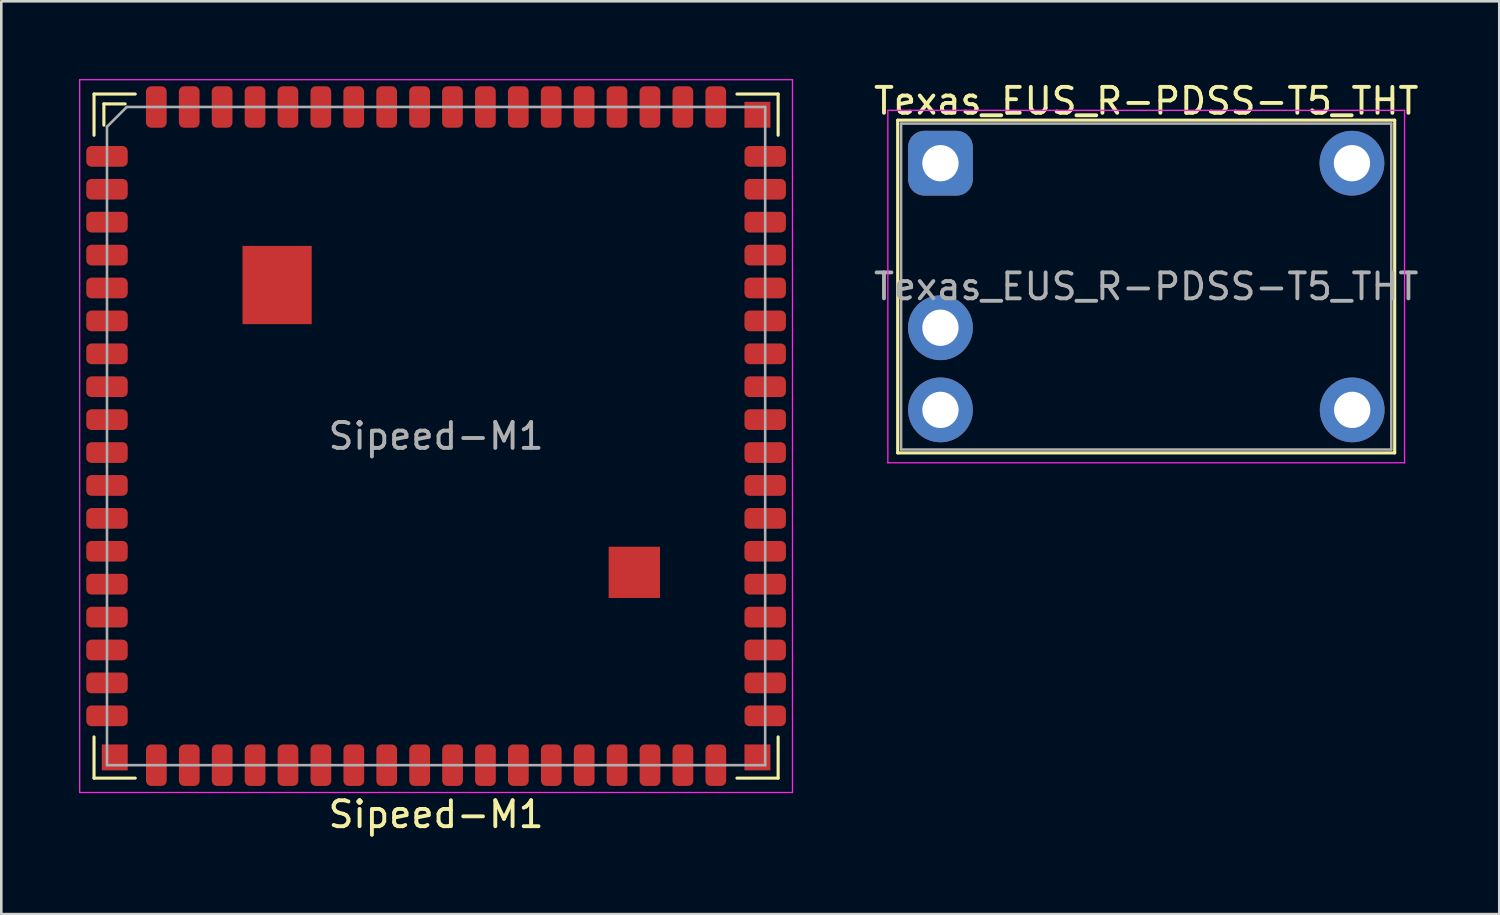
<source format=kicad_pcb>
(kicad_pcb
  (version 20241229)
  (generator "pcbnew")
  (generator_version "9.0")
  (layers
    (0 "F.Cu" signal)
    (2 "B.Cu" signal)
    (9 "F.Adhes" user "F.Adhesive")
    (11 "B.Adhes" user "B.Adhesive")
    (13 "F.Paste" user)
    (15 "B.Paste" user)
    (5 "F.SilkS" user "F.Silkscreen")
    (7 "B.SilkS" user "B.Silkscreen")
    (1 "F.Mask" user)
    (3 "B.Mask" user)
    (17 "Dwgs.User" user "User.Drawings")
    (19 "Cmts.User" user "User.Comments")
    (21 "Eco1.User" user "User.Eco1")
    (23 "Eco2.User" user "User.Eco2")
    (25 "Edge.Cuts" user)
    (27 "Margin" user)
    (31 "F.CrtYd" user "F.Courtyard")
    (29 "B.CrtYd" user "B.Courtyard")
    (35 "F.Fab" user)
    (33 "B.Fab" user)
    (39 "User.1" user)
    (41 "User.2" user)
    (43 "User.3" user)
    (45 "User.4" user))
  (footprint "Texas_EUS_R-PDSS-T5_THT"
    (layer "F.Cu")
    (at 33.243 3.248)
    (property "Reference" "Texas_EUS_R-PDSS-T5_THT" (at 7.94 -2.4 0) (layer "F.SilkS") (effects (font (size 1 1) (thickness 0.15))))
    (attr through_hole)
    (fp_line (start -1.65 -1.66) (end -1.65 11.18) (stroke (width 0.12) (type solid)) (layer "F.SilkS"))
    (fp_line (start -1.65 -1.66) (end 17.53 -1.66) (stroke (width 0.12) (type solid)) (layer "F.SilkS"))
    (fp_line (start -1.65 11.18) (end 17.53 11.18) (stroke (width 0.12) (type solid)) (layer "F.SilkS"))
    (fp_line (start 17.53 -1.66) (end 17.53 11.18) (stroke (width 0.12) (type solid)) (layer "F.SilkS"))
    (fp_line (start -2.03 11.56) (end -2.03 -2.04) (stroke (width 0.05) (type solid)) (layer "F.CrtYd"))
    (fp_line (start -2.03 11.56) (end 17.91 11.56) (stroke (width 0.05) (type solid)) (layer "F.CrtYd"))
    (fp_line (start 17.91 -2.04) (end -2.03 -2.04) (stroke (width 0.05) (type solid)) (layer "F.CrtYd"))
    (fp_line (start 17.91 -2.04) (end 17.91 11.56) (stroke (width 0.05) (type solid)) (layer "F.CrtYd"))
    (fp_line (start -1.52 11.05) (end -1.52 -1.53) (stroke (width 0.1) (type solid)) (layer "F.Fab"))
    (fp_line (start -1.52 11.05) (end 17.4 11.05) (stroke (width 0.1) (type solid)) (layer "F.Fab"))
    (fp_line (start 17.4 -1.53) (end -1.52 -1.53) (stroke (width 0.1) (type solid)) (layer "F.Fab"))
    (fp_line (start 17.4 -1.53) (end 17.4 11.05) (stroke (width 0.1) (type solid)) (layer "F.Fab"))
    (fp_text user "${REFERENCE}" (at 7.94 4.76 0) (layer "F.Fab") (effects (font (size 1 1) (thickness 0.15))))
    (pad "1" thru_hole roundrect (at 0 0) (size 2.5 2.5) (drill 1.4) (layers "*.Cu" "*.Mask") (roundrect_rratio 0.25))
    (pad "2" thru_hole circle (at 0 6.35) (size 2.5 2.5) (drill 1.4) (layers "*.Cu" "*.Mask"))
    (pad "3" thru_hole circle (at 0 9.52) (size 2.5 2.5) (drill 1.4) (layers "*.Cu" "*.Mask"))
    (pad "4" thru_hole circle (at 15.89 9.52) (size 2.5 2.5) (drill 1.4) (layers "*.Cu" "*.Mask"))
    (pad "5" thru_hole circle (at 15.88 0) (size 2.5 2.5) (drill 1.4) (layers "*.Cu" "*.Mask")))
  (footprint "Sipeed-M1"
    (layer "F.Cu")
    (at 13.779 13.779)
    (property "Reference" "Sipeed-M1" (at 0 14.6 0) (layer "F.SilkS") (effects (font (size 1 1) (thickness 0.15))))
    (attr smd)
    (fp_line (start -13.2 -13.2) (end -13.2 -11.61) (stroke (width 0.12) (type solid)) (layer "F.SilkS"))
    (fp_line (start -13.2 13.2) (end -13.2 11.61) (stroke (width 0.12) (type solid)) (layer "F.SilkS"))
    (fp_line (start -12.82 -12.82) (end -12.82 -12) (stroke (width 0.12) (type solid)) (layer "F.SilkS"))
    (fp_line (start -12 -12.82) (end -12.82 -12.82) (stroke (width 0.12) (type solid)) (layer "F.SilkS"))
    (fp_line (start -11.61 -13.2) (end -13.2 -13.2) (stroke (width 0.12) (type solid)) (layer "F.SilkS"))
    (fp_line (start -11.61 13.2) (end -13.2 13.2) (stroke (width 0.12) (type solid)) (layer "F.SilkS"))
    (fp_line (start 11.61 13.2) (end 13.2 13.2) (stroke (width 0.12) (type solid)) (layer "F.SilkS"))
    (fp_line (start 13.2 -13.2) (end 11.61 -13.2) (stroke (width 0.12) (type solid)) (layer "F.SilkS"))
    (fp_line (start 13.2 -11.61) (end 13.2 -13.2) (stroke (width 0.12) (type solid)) (layer "F.SilkS"))
    (fp_line (start 13.2 13.2) (end 13.2 11.61) (stroke (width 0.12) (type solid)) (layer "F.SilkS"))
    (fp_line (start -13.754 -13.754) (end 13.754 -13.754) (stroke (width 0.05) (type solid)) (layer "F.CrtYd"))
    (fp_line (start -13.754 13.754) (end -13.754 -13.754) (stroke (width 0.05) (type solid)) (layer "F.CrtYd"))
    (fp_line (start 13.754 -13.754) (end 13.754 13.754) (stroke (width 0.05) (type solid)) (layer "F.CrtYd"))
    (fp_line (start 13.754 13.754) (end -13.754 13.754) (stroke (width 0.05) (type solid)) (layer "F.CrtYd"))
    (fp_line (start -12.7 -11.938) (end -11.938 -12.7) (stroke (width 0.1) (type solid)) (layer "F.Fab"))
    (fp_line (start -12.7 12.7) (end -12.7 -11.938) (stroke (width 0.1) (type solid)) (layer "F.Fab"))
    (fp_line (start -11.938 -12.7) (end 12.7 -12.7) (stroke (width 0.1) (type solid)) (layer "F.Fab"))
    (fp_line (start 12.7 -12.7) (end 12.7 12.7) (stroke (width 0.1) (type solid)) (layer "F.Fab"))
    (fp_line (start 12.7 12.7) (end -12.7 12.7) (stroke (width 0.1) (type solid)) (layer "F.Fab"))
    (fp_text user "${REFERENCE}" (at 0 0 0) (layer "F.Fab") (effects (font (size 1 1) (thickness 0.15))))
    (pad "" smd roundrect (at -6.8 -6.582) (size 1.18 1.355) (layers "F.Paste") (roundrect_rratio 0.25))
    (pad "" smd roundrect (at -6.8 -5.077) (size 1.18 1.355) (layers "F.Paste") (roundrect_rratio 0.25))
    (pad "" smd roundrect (at -5.47 -6.582) (size 1.18 1.355) (layers "F.Paste") (roundrect_rratio 0.25))
    (pad "" smd roundrect (at -5.47 -5.077) (size 1.18 1.355) (layers "F.Paste") (roundrect_rratio 0.25))
    (pad "" smd roundrect (at 7.157 4.762) (size 0.835 0.835) (layers "F.Paste") (roundrect_rratio 0.25))
    (pad "" smd roundrect (at 7.157 5.753) (size 0.835 0.835) (layers "F.Paste") (roundrect_rratio 0.25))
    (pad "" smd roundrect (at 8.143 4.762) (size 0.835 0.835) (layers "F.Paste") (roundrect_rratio 0.25))
    (pad "" smd roundrect (at 8.143 5.753) (size 0.835 0.835) (layers "F.Paste") (roundrect_rratio 0.25))
    (pad "1" smd roundrect (at -12.7 -10.795) (size 1.6 0.8) (layers "F.Cu" "F.Mask" "F.Paste") (roundrect_rratio 0.25))
    (pad "2" smd roundrect (at -12.7 -9.525) (size 1.6 0.8) (layers "F.Cu" "F.Mask" "F.Paste") (roundrect_rratio 0.25))
    (pad "3" smd roundrect (at -12.7 -8.255) (size 1.6 0.8) (layers "F.Cu" "F.Mask" "F.Paste") (roundrect_rratio 0.25))
    (pad "4" smd roundrect (at -12.7 -6.985) (size 1.6 0.8) (layers "F.Cu" "F.Mask" "F.Paste") (roundrect_rratio 0.25))
    (pad "5" smd roundrect (at -12.7 -5.715) (size 1.6 0.8) (layers "F.Cu" "F.Mask" "F.Paste") (roundrect_rratio 0.25))
    (pad "6" smd roundrect (at -12.7 -4.445) (size 1.6 0.8) (layers "F.Cu" "F.Mask" "F.Paste") (roundrect_rratio 0.25))
    (pad "7" smd roundrect (at -12.7 -3.175) (size 1.6 0.8) (layers "F.Cu" "F.Mask" "F.Paste") (roundrect_rratio 0.25))
    (pad "8" smd roundrect (at -12.7 -1.905) (size 1.6 0.8) (layers "F.Cu" "F.Mask" "F.Paste") (roundrect_rratio 0.25))
    (pad "9" smd roundrect (at -12.7 -0.635) (size 1.6 0.8) (layers "F.Cu" "F.Mask" "F.Paste") (roundrect_rratio 0.25))
    (pad "10" smd roundrect (at -12.7 0.635) (size 1.6 0.8) (layers "F.Cu" "F.Mask" "F.Paste") (roundrect_rratio 0.25))
    (pad "11" smd roundrect (at -12.7 1.905) (size 1.6 0.8) (layers "F.Cu" "F.Mask" "F.Paste") (roundrect_rratio 0.25))
    (pad "12" smd roundrect (at -12.7 3.175) (size 1.6 0.8) (layers "F.Cu" "F.Mask" "F.Paste") (roundrect_rratio 0.25))
    (pad "13" smd roundrect (at -12.7 4.445) (size 1.6 0.8) (layers "F.Cu" "F.Mask" "F.Paste") (roundrect_rratio 0.25))
    (pad "14" smd roundrect (at -12.7 5.715) (size 1.6 0.8) (layers "F.Cu" "F.Mask" "F.Paste") (roundrect_rratio 0.25))
    (pad "15" smd roundrect (at -12.7 6.985) (size 1.6 0.8) (layers "F.Cu" "F.Mask" "F.Paste") (roundrect_rratio 0.25))
    (pad "16" smd roundrect (at -12.7 8.255) (size 1.6 0.8) (layers "F.Cu" "F.Mask" "F.Paste") (roundrect_rratio 0.25))
    (pad "17" smd roundrect (at -12.7 9.525) (size 1.6 0.8) (layers "F.Cu" "F.Mask" "F.Paste") (roundrect_rratio 0.25))
    (pad "18" smd roundrect (at -12.7 10.795) (size 1.6 0.8) (layers "F.Cu" "F.Mask" "F.Paste") (roundrect_rratio 0.25))
    (pad "19" smd roundrect (at -10.795 12.7 90) (size 1.6 0.8) (layers "F.Cu" "F.Mask" "F.Paste") (roundrect_rratio 0.25))
    (pad "20" smd roundrect (at -9.525 12.7 90) (size 1.6 0.8) (layers "F.Cu" "F.Mask" "F.Paste") (roundrect_rratio 0.25))
    (pad "21" smd roundrect (at -8.255 12.7 90) (size 1.6 0.8) (layers "F.Cu" "F.Mask" "F.Paste") (roundrect_rratio 0.25))
    (pad "22" smd roundrect (at -6.985 12.7 90) (size 1.6 0.8) (layers "F.Cu" "F.Mask" "F.Paste") (roundrect_rratio 0.25))
    (pad "23" smd roundrect (at -5.715 12.7 90) (size 1.6 0.8) (layers "F.Cu" "F.Mask" "F.Paste") (roundrect_rratio 0.25))
    (pad "24" smd roundrect (at -4.445 12.7 90) (size 1.6 0.8) (layers "F.Cu" "F.Mask" "F.Paste") (roundrect_rratio 0.25))
    (pad "25" smd roundrect (at -3.175 12.7 90) (size 1.6 0.8) (layers "F.Cu" "F.Mask" "F.Paste") (roundrect_rratio 0.25))
    (pad "26" smd roundrect (at -1.905 12.7 90) (size 1.6 0.8) (layers "F.Cu" "F.Mask" "F.Paste") (roundrect_rratio 0.25))
    (pad "27" smd roundrect (at -0.635 12.7 90) (size 1.6 0.8) (layers "F.Cu" "F.Mask" "F.Paste") (roundrect_rratio 0.25))
    (pad "28" smd roundrect (at 0.635 12.7 90) (size 1.6 0.8) (layers "F.Cu" "F.Mask" "F.Paste") (roundrect_rratio 0.25))
    (pad "29" smd roundrect (at 1.905 12.7 90) (size 1.6 0.8) (layers "F.Cu" "F.Mask" "F.Paste") (roundrect_rratio 0.25))
    (pad "30" smd roundrect (at 3.175 12.7 90) (size 1.6 0.8) (layers "F.Cu" "F.Mask" "F.Paste") (roundrect_rratio 0.25))
    (pad "31" smd roundrect (at 4.445 12.7 90) (size 1.6 0.8) (layers "F.Cu" "F.Mask" "F.Paste") (roundrect_rratio 0.25))
    (pad "32" smd roundrect (at 5.715 12.7 90) (size 1.6 0.8) (layers "F.Cu" "F.Mask" "F.Paste") (roundrect_rratio 0.25))
    (pad "33" smd roundrect (at 6.985 12.7 90) (size 1.6 0.8) (layers "F.Cu" "F.Mask" "F.Paste") (roundrect_rratio 0.25))
    (pad "34" smd roundrect (at 8.255 12.7 90) (size 1.6 0.8) (layers "F.Cu" "F.Mask" "F.Paste") (roundrect_rratio 0.25))
    (pad "35" smd roundrect (at 9.525 12.7 90) (size 1.6 0.8) (layers "F.Cu" "F.Mask" "F.Paste") (roundrect_rratio 0.25))
    (pad "36" smd roundrect (at 10.795 12.7 90) (size 1.6 0.8) (layers "F.Cu" "F.Mask" "F.Paste") (roundrect_rratio 0.25))
    (pad "37" smd roundrect (at 12.7 10.795 180) (size 1.6 0.8) (layers "F.Cu" "F.Mask" "F.Paste") (roundrect_rratio 0.25))
    (pad "38" smd roundrect (at 12.7 9.525 180) (size 1.6 0.8) (layers "F.Cu" "F.Mask" "F.Paste") (roundrect_rratio 0.25))
    (pad "39" smd roundrect (at 12.7 8.255 180) (size 1.6 0.8) (layers "F.Cu" "F.Mask" "F.Paste") (roundrect_rratio 0.25))
    (pad "40" smd roundrect (at 12.7 6.985 180) (size 1.6 0.8) (layers "F.Cu" "F.Mask" "F.Paste") (roundrect_rratio 0.25))
    (pad "41" smd roundrect (at 12.7 5.715 180) (size 1.6 0.8) (layers "F.Cu" "F.Mask" "F.Paste") (roundrect_rratio 0.25))
    (pad "42" smd roundrect (at 12.7 4.445 180) (size 1.6 0.8) (layers "F.Cu" "F.Mask" "F.Paste") (roundrect_rratio 0.25))
    (pad "43" smd roundrect (at 12.7 3.175 180) (size 1.6 0.8) (layers "F.Cu" "F.Mask" "F.Paste") (roundrect_rratio 0.25))
    (pad "44" smd roundrect (at 12.7 1.905 180) (size 1.6 0.8) (layers "F.Cu" "F.Mask" "F.Paste") (roundrect_rratio 0.25))
    (pad "45" smd roundrect (at 12.7 0.635 180) (size 1.6 0.8) (layers "F.Cu" "F.Mask" "F.Paste") (roundrect_rratio 0.25))
    (pad "46" smd roundrect (at 12.7 -0.635 180) (size 1.6 0.8) (layers "F.Cu" "F.Mask" "F.Paste") (roundrect_rratio 0.25))
    (pad "47" smd roundrect (at 12.7 -1.905 180) (size 1.6 0.8) (layers "F.Cu" "F.Mask" "F.Paste") (roundrect_rratio 0.25))
    (pad "48" smd roundrect (at 12.7 -3.175 180) (size 1.6 0.8) (layers "F.Cu" "F.Mask" "F.Paste") (roundrect_rratio 0.25))
    (pad "49" smd roundrect (at 12.7 -4.445 180) (size 1.6 0.8) (layers "F.Cu" "F.Mask" "F.Paste") (roundrect_rratio 0.25))
    (pad "50" smd roundrect (at 12.7 -5.715 180) (size 1.6 0.8) (layers "F.Cu" "F.Mask" "F.Paste") (roundrect_rratio 0.25))
    (pad "51" smd roundrect (at 12.7 -6.985 180) (size 1.6 0.8) (layers "F.Cu" "F.Mask" "F.Paste") (roundrect_rratio 0.25))
    (pad "52" smd roundrect (at 12.7 -8.255 180) (size 1.6 0.8) (layers "F.Cu" "F.Mask" "F.Paste") (roundrect_rratio 0.25))
    (pad "53" smd roundrect (at 12.7 -9.525 180) (size 1.6 0.8) (layers "F.Cu" "F.Mask" "F.Paste") (roundrect_rratio 0.25))
    (pad "54" smd roundrect (at 12.7 -10.795 180) (size 1.6 0.8) (layers "F.Cu" "F.Mask" "F.Paste") (roundrect_rratio 0.25))
    (pad "55" smd roundrect (at 10.793 -12.7 270) (size 1.6 0.8) (layers "F.Cu" "F.Mask" "F.Paste") (roundrect_rratio 0.25))
    (pad "56" smd roundrect (at 9.523 -12.7 270) (size 1.6 0.8) (layers "F.Cu" "F.Mask" "F.Paste") (roundrect_rratio 0.25))
    (pad "57" smd roundrect (at 8.252 -12.7 270) (size 1.6 0.8) (layers "F.Cu" "F.Mask" "F.Paste") (roundrect_rratio 0.25))
    (pad "58" smd roundrect (at 6.982 -12.7 270) (size 1.6 0.8) (layers "F.Cu" "F.Mask" "F.Paste") (roundrect_rratio 0.25))
    (pad "59" smd roundrect (at 5.713 -12.7 270) (size 1.6 0.8) (layers "F.Cu" "F.Mask" "F.Paste") (roundrect_rratio 0.25))
    (pad "60" smd roundrect (at 4.442 -12.7 270) (size 1.6 0.8) (layers "F.Cu" "F.Mask" "F.Paste") (roundrect_rratio 0.25))
    (pad "61" smd roundrect (at 3.172 -12.7 270) (size 1.6 0.8) (layers "F.Cu" "F.Mask" "F.Paste") (roundrect_rratio 0.25))
    (pad "62" smd roundrect (at 1.903 -12.7 270) (size 1.6 0.8) (layers "F.Cu" "F.Mask" "F.Paste") (roundrect_rratio 0.25))
    (pad "63" smd roundrect (at 0.632 -12.7 270) (size 1.6 0.8) (layers "F.Cu" "F.Mask" "F.Paste") (roundrect_rratio 0.25))
    (pad "64" smd roundrect (at -0.637 -12.7 270) (size 1.6 0.8) (layers "F.Cu" "F.Mask" "F.Paste") (roundrect_rratio 0.25))
    (pad "65" smd roundrect (at -1.907 -12.7 270) (size 1.6 0.8) (layers "F.Cu" "F.Mask" "F.Paste") (roundrect_rratio 0.25))
    (pad "66" smd roundrect (at -3.178 -12.7 270) (size 1.6 0.8) (layers "F.Cu" "F.Mask" "F.Paste") (roundrect_rratio 0.25))
    (pad "67" smd roundrect (at -4.447 -12.7 270) (size 1.6 0.8) (layers "F.Cu" "F.Mask" "F.Paste") (roundrect_rratio 0.25))
    (pad "68" smd roundrect (at -5.718 -12.7 270) (size 1.6 0.8) (layers "F.Cu" "F.Mask" "F.Paste") (roundrect_rratio 0.25))
    (pad "69" smd roundrect (at -6.987 -12.7 270) (size 1.6 0.8) (layers "F.Cu" "F.Mask" "F.Paste") (roundrect_rratio 0.25))
    (pad "70" smd roundrect (at -8.258 -12.7 270) (size 1.6 0.8) (layers "F.Cu" "F.Mask" "F.Paste") (roundrect_rratio 0.25))
    (pad "71" smd roundrect (at -9.527 -12.7 270) (size 1.6 0.8) (layers "F.Cu" "F.Mask" "F.Paste") (roundrect_rratio 0.25))
    (pad "72" smd roundrect (at -10.797 -12.7 270) (size 1.6 0.8) (layers "F.Cu" "F.Mask" "F.Paste") (roundrect_rratio 0.25))
    (pad "73" smd rect (at -6.135 -5.83) (size 2.67 3.02) (layers "F.Cu" "F.Mask"))
    (pad "74" smd rect (at 7.65 5.26) (size 1.98 1.98) (layers "F.Cu" "F.Mask"))
    (pad "75" smd rect (at 12.4 12.4 90) (size 1 1) (layers "F.Cu" "F.Mask" "F.Paste"))
    (pad "76" smd rect (at 12.4 -12.4 90) (size 1 1) (layers "F.Cu" "F.Mask" "F.Paste"))
    (pad "77" smd rect (at -12.4 12.4 90) (size 1 1) (layers "F.Cu" "F.Mask" "F.Paste")))
  (gr_rect
    (start -3 -3)
    (end 54.808 32.227)
    (stroke (width 0.1) (type default))
    (fill no)
    (layer "Edge.Cuts")))
</source>
